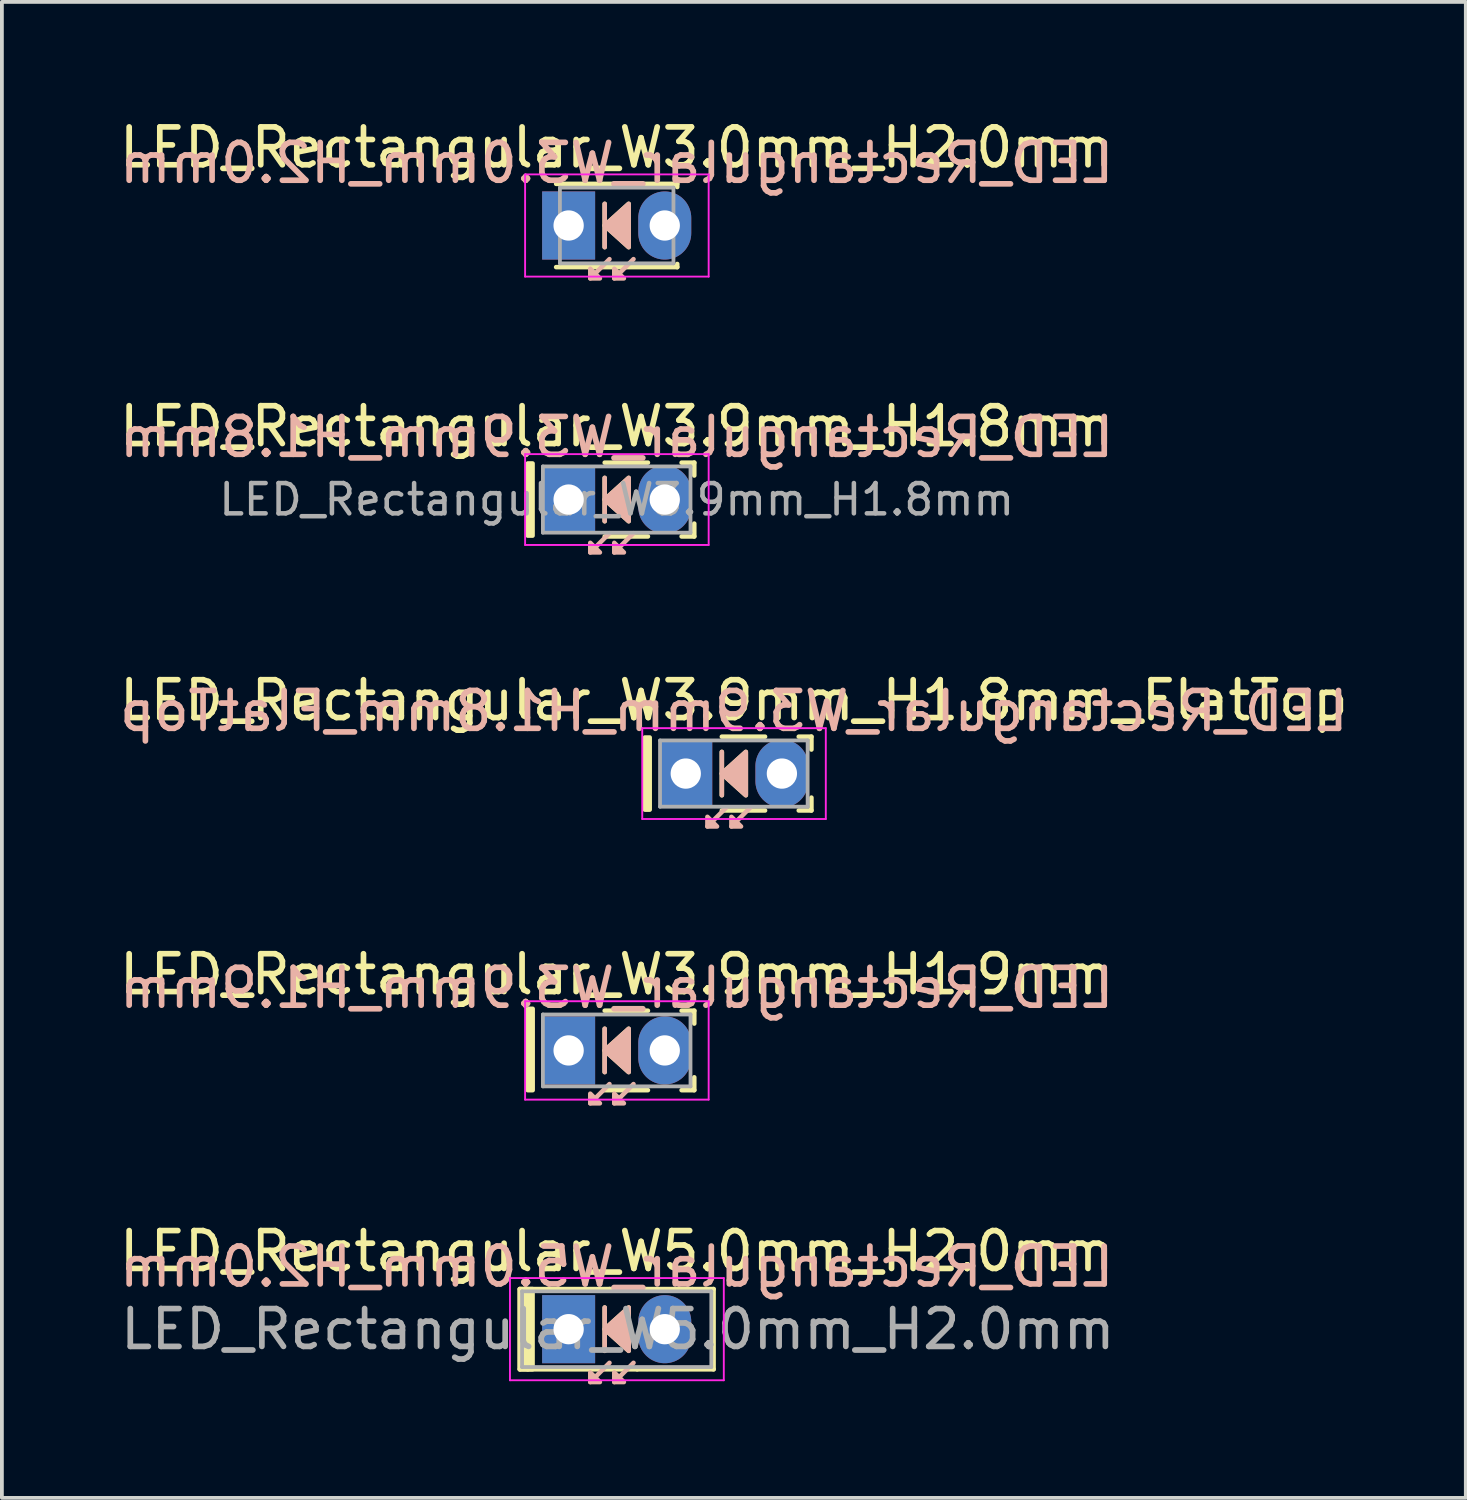
<source format=kicad_pcb>
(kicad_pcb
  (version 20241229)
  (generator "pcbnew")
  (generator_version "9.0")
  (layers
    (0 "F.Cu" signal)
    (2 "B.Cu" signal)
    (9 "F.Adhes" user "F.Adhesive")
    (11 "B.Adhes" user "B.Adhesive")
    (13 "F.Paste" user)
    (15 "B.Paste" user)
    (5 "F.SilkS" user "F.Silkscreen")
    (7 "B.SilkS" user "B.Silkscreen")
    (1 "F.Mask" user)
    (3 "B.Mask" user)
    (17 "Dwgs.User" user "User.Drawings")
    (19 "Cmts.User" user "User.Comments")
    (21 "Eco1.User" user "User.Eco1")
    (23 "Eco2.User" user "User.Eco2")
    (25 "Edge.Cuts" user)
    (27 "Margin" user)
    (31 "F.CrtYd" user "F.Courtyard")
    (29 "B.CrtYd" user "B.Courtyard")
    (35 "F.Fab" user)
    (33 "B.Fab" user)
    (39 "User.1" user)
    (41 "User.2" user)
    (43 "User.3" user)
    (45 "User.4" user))
  (footprint "LED_Rectangular_W3.9mm_H1.8mm_FlatTop"
    (layer "F.Cu")
    (at 15.069 17.389)
    (property "Reference" "LED_Rectangular_W3.9mm_H1.8mm_FlatTop" (at 1.27 -1.935 0) (layer "F.SilkS") (effects (font (size 1 1) (thickness 0.15))))
    (fp_line (start 0.953 -0.572) (end 0.953 0.572) (stroke (width 0.12) (type solid)) (layer "F.SilkS"))
    (fp_line (start 2.095 -0.975) (end 0.953 -0.975) (stroke (width 0.12) (type solid)) (layer "F.SilkS"))
    (fp_line (start 2.095 0.975) (end 0.953 0.975) (stroke (width 0.12) (type solid)) (layer "F.SilkS"))
    (fp_line (start 2.985 -0.975) (end 3.32 -0.975) (stroke (width 0.12) (type solid)) (layer "F.SilkS"))
    (fp_line (start 3.32 -0.975) (end 3.32 -0.635) (stroke (width 0.12) (type solid)) (layer "F.SilkS"))
    (fp_line (start 3.32 0.975) (end 2.985 0.975) (stroke (width 0.12) (type solid)) (layer "F.SilkS"))
    (fp_line (start 3.32 0.975) (end 3.32 0.635) (stroke (width 0.12) (type solid)) (layer "F.SilkS"))
    (fp_rect (start -1.079 -0.953) (end -0.953 0.953) (stroke (width 0.12) (type solid)) (fill yes) (layer "F.SilkS"))
    (fp_poly (pts (xy 1.587 0.572) (xy 0.953 0) (xy 1.587 -0.572)) (stroke (width 0.12) (type solid)) (fill yes) (layer "F.SilkS"))
    (fp_line (start 0.953 -0.572) (end 0.953 0.572) (stroke (width 0.12) (type solid)) (layer "B.SilkS"))
    (fp_line (start 1.079 0.889) (end 0.572 1.397) (stroke (width 0.12) (type solid)) (layer "B.SilkS"))
    (fp_line (start 1.714 0.889) (end 1.206 1.397) (stroke (width 0.12) (type solid)) (layer "B.SilkS"))
    (fp_poly (pts (xy 0.572 1.143) (xy 0.826 1.397) (xy 0.572 1.397)) (stroke (width 0.12) (type solid)) (fill yes) (layer "B.SilkS"))
    (fp_poly (pts (xy 1.206 1.143) (xy 1.46 1.397) (xy 1.206 1.397)) (stroke (width 0.12) (type solid)) (fill yes) (layer "B.SilkS"))
    (fp_poly (pts (xy 1.587 0.572) (xy 0.953 0) (xy 1.587 -0.572)) (stroke (width 0.12) (type solid)) (fill yes) (layer "B.SilkS"))
    (fp_line (start -1.15 -1.2) (end -1.15 1.2) (stroke (width 0.05) (type solid)) (layer "F.CrtYd"))
    (fp_line (start -1.15 1.2) (end 3.7 1.2) (stroke (width 0.05) (type solid)) (layer "F.CrtYd"))
    (fp_line (start 3.7 -1.2) (end -1.15 -1.2) (stroke (width 0.05) (type solid)) (layer "F.CrtYd"))
    (fp_line (start 3.7 1.2) (end 3.7 -1.2) (stroke (width 0.05) (type solid)) (layer "F.CrtYd"))
    (fp_line (start -0.68 -0.875) (end -0.68 0.875) (stroke (width 0.1) (type solid)) (layer "F.Fab"))
    (fp_line (start -0.68 0.875) (end 3.22 0.875) (stroke (width 0.1) (type solid)) (layer "F.Fab"))
    (fp_line (start 3.22 -0.875) (end -0.68 -0.875) (stroke (width 0.1) (type solid)) (layer "F.Fab"))
    (fp_line (start 3.22 0.875) (end 3.22 -0.875) (stroke (width 0.1) (type solid)) (layer "F.Fab"))
    (fp_text user "${REFERENCE}" (at 1.27 -1.651 0) (layer "B.SilkS") (effects (font (size 1 1) (thickness 0.15)) (justify mirror)))
    (pad "1" thru_hole rect (at 0 0) (size 1.4 1.8) (drill 0.8) (layers "*.Cu" "*.Mask"))
    (pad "2" thru_hole oval (at 2.54 0) (size 1.4 1.8) (drill 0.8) (layers "*.Cu" "*.Mask")))
  (footprint "LED_Rectangular_W3.0mm_H2.0mm"
    (layer "F.Cu")
    (at 11.974 2.908)
    (property "Reference" "LED_Rectangular_W3.0mm_H2.0mm" (at 1.27 -2.06 0) (layer "F.SilkS") (effects (font (size 1 1) (thickness 0.15))))
    (fp_line (start -0.33 -1.1) (end 2.87 -1.1) (stroke (width 0.12) (type solid)) (layer "F.SilkS"))
    (fp_line (start -0.33 1.1) (end 2.87 1.1) (stroke (width 0.12) (type solid)) (layer "F.SilkS"))
    (fp_line (start 0.953 -0.572) (end 0.953 0.572) (stroke (width 0.12) (type solid)) (layer "F.SilkS"))
    (fp_line (start 2.87 -1.1) (end 2.87 -1.016) (stroke (width 0.12) (type solid)) (layer "F.SilkS"))
    (fp_line (start 2.87 1.1) (end 2.87 1.016) (stroke (width 0.12) (type solid)) (layer "F.SilkS"))
    (fp_poly (pts (xy 1.587 0.572) (xy 0.953 0) (xy 1.587 -0.572)) (stroke (width 0.12) (type solid)) (fill yes) (layer "F.SilkS"))
    (fp_line (start 0.953 -0.572) (end 0.953 0.572) (stroke (width 0.12) (type solid)) (layer "B.SilkS"))
    (fp_line (start 1.079 0.889) (end 0.572 1.397) (stroke (width 0.12) (type solid)) (layer "B.SilkS"))
    (fp_line (start 1.714 0.889) (end 1.206 1.397) (stroke (width 0.12) (type solid)) (layer "B.SilkS"))
    (fp_poly (pts (xy 0.572 1.143) (xy 0.826 1.397) (xy 0.572 1.397)) (stroke (width 0.12) (type solid)) (fill yes) (layer "B.SilkS"))
    (fp_poly (pts (xy 1.206 1.143) (xy 1.46 1.397) (xy 1.206 1.397)) (stroke (width 0.12) (type solid)) (fill yes) (layer "B.SilkS"))
    (fp_poly (pts (xy 1.587 0.572) (xy 0.953 0) (xy 1.587 -0.572)) (stroke (width 0.12) (type solid)) (fill yes) (layer "B.SilkS"))
    (fp_line (start -1.15 -1.35) (end -1.15 1.35) (stroke (width 0.05) (type solid)) (layer "F.CrtYd"))
    (fp_line (start -1.15 1.35) (end 3.7 1.35) (stroke (width 0.05) (type solid)) (layer "F.CrtYd"))
    (fp_line (start 3.7 -1.35) (end -1.15 -1.35) (stroke (width 0.05) (type solid)) (layer "F.CrtYd"))
    (fp_line (start 3.7 1.35) (end 3.7 -1.35) (stroke (width 0.05) (type solid)) (layer "F.CrtYd"))
    (fp_line (start -0.23 -1) (end -0.23 1) (stroke (width 0.1) (type solid)) (layer "F.Fab"))
    (fp_line (start -0.23 1) (end 2.77 1) (stroke (width 0.1) (type solid)) (layer "F.Fab"))
    (fp_line (start 2.77 -1) (end -0.23 -1) (stroke (width 0.1) (type solid)) (layer "F.Fab"))
    (fp_line (start 2.77 1) (end 2.77 -1) (stroke (width 0.1) (type solid)) (layer "F.Fab"))
    (fp_text user "${REFERENCE}" (at 1.27 -1.651 0) (layer "B.SilkS") (effects (font (size 1 1) (thickness 0.15)) (justify mirror)))
    (pad "1" thru_hole rect (at 0 0) (size 1.4 1.8) (drill 0.8) (layers "*.Cu" "*.Mask"))
    (pad "2" thru_hole oval (at 2.54 0) (size 1.4 1.8) (drill 0.8) (layers "*.Cu" "*.Mask")))
  (footprint "LED_Rectangular_W3.9mm_H1.8mm"
    (layer "F.Cu")
    (at 11.974 10.149)
    (property "Reference" "LED_Rectangular_W3.9mm_H1.8mm" (at 1.27 -1.935 0) (layer "F.SilkS") (effects (font (size 1 1) (thickness 0.15))))
    (fp_line (start 0.953 -0.572) (end 0.953 0.572) (stroke (width 0.12) (type solid)) (layer "F.SilkS"))
    (fp_line (start 2.095 -0.975) (end 0.953 -0.975) (stroke (width 0.12) (type solid)) (layer "F.SilkS"))
    (fp_line (start 2.095 0.975) (end 0.953 0.975) (stroke (width 0.12) (type solid)) (layer "F.SilkS"))
    (fp_line (start 2.985 -0.975) (end 3.32 -0.975) (stroke (width 0.12) (type solid)) (layer "F.SilkS"))
    (fp_line (start 3.32 -0.975) (end 3.32 -0.635) (stroke (width 0.12) (type solid)) (layer "F.SilkS"))
    (fp_line (start 3.32 0.975) (end 2.985 0.975) (stroke (width 0.12) (type solid)) (layer "F.SilkS"))
    (fp_line (start 3.32 0.975) (end 3.32 0.635) (stroke (width 0.12) (type solid)) (layer "F.SilkS"))
    (fp_rect (start -1.079 -0.953) (end -0.953 0.953) (stroke (width 0.12) (type solid)) (fill yes) (layer "F.SilkS"))
    (fp_poly (pts (xy 1.587 0.572) (xy 0.953 0) (xy 1.587 -0.572)) (stroke (width 0.12) (type solid)) (fill yes) (layer "F.SilkS"))
    (fp_line (start 0.953 -0.572) (end 0.953 0.572) (stroke (width 0.12) (type solid)) (layer "B.SilkS"))
    (fp_line (start 1.079 0.889) (end 0.572 1.397) (stroke (width 0.12) (type solid)) (layer "B.SilkS"))
    (fp_line (start 1.714 0.889) (end 1.206 1.397) (stroke (width 0.12) (type solid)) (layer "B.SilkS"))
    (fp_poly (pts (xy 0.572 1.143) (xy 0.826 1.397) (xy 0.572 1.397)) (stroke (width 0.12) (type solid)) (fill yes) (layer "B.SilkS"))
    (fp_poly (pts (xy 1.206 1.143) (xy 1.46 1.397) (xy 1.206 1.397)) (stroke (width 0.12) (type solid)) (fill yes) (layer "B.SilkS"))
    (fp_poly (pts (xy 1.587 0.572) (xy 0.953 0) (xy 1.587 -0.572)) (stroke (width 0.12) (type solid)) (fill yes) (layer "B.SilkS"))
    (fp_line (start -1.15 -1.2) (end -1.15 1.2) (stroke (width 0.05) (type solid)) (layer "F.CrtYd"))
    (fp_line (start -1.15 1.2) (end 3.7 1.2) (stroke (width 0.05) (type solid)) (layer "F.CrtYd"))
    (fp_line (start 3.7 -1.2) (end -1.15 -1.2) (stroke (width 0.05) (type solid)) (layer "F.CrtYd"))
    (fp_line (start 3.7 1.2) (end 3.7 -1.2) (stroke (width 0.05) (type solid)) (layer "F.CrtYd"))
    (fp_line (start -0.68 -0.875) (end -0.68 0.875) (stroke (width 0.1) (type solid)) (layer "F.Fab"))
    (fp_line (start -0.68 0.875) (end 3.22 0.875) (stroke (width 0.1) (type solid)) (layer "F.Fab"))
    (fp_line (start 3.22 -0.875) (end -0.68 -0.875) (stroke (width 0.1) (type solid)) (layer "F.Fab"))
    (fp_line (start 3.22 0.875) (end 3.22 -0.875) (stroke (width 0.1) (type solid)) (layer "F.Fab"))
    (fp_text user "${REFERENCE}" (at 1.27 -1.651 0) (layer "B.SilkS") (effects (font (size 1 1) (thickness 0.15)) (justify mirror)))
    (fp_text user "${REFERENCE}" (at 1.27 0 0) (layer "F.Fab") (effects (font (size 0.8 0.8) (thickness 0.12))))
    (pad "1" thru_hole rect (at 0 0) (size 1.4 1.8) (drill 0.8) (layers "*.Cu" "*.Mask"))
    (pad "2" thru_hole oval (at 2.54 0) (size 1.4 1.8) (drill 0.8) (layers "*.Cu" "*.Mask")))
  (footprint "LED_Rectangular_W3.9mm_H1.9mm"
    (layer "F.Cu")
    (at 11.974 24.704)
    (property "Reference" "LED_Rectangular_W3.9mm_H1.9mm" (at 1.27 -2.01 0) (layer "F.SilkS") (effects (font (size 1 1) (thickness 0.15))))
    (fp_line (start 0.953 -0.572) (end 0.953 0.572) (stroke (width 0.12) (type solid)) (layer "F.SilkS"))
    (fp_line (start 2.095 -1.05) (end 0.953 -1.05) (stroke (width 0.12) (type solid)) (layer "F.SilkS"))
    (fp_line (start 2.095 1.05) (end 0.953 1.05) (stroke (width 0.12) (type solid)) (layer "F.SilkS"))
    (fp_line (start 2.985 -1.05) (end 3.32 -1.05) (stroke (width 0.12) (type solid)) (layer "F.SilkS"))
    (fp_line (start 3.32 -1.05) (end 3.32 -0.71) (stroke (width 0.12) (type solid)) (layer "F.SilkS"))
    (fp_line (start 3.32 1.05) (end 2.985 1.05) (stroke (width 0.12) (type solid)) (layer "F.SilkS"))
    (fp_line (start 3.32 1.05) (end 3.32 0.71) (stroke (width 0.12) (type solid)) (layer "F.SilkS"))
    (fp_rect (start -1.079 -1.1) (end -0.95 1.05) (stroke (width 0.12) (type solid)) (fill yes) (layer "F.SilkS"))
    (fp_poly (pts (xy 1.587 0.572) (xy 0.953 0) (xy 1.587 -0.572)) (stroke (width 0.12) (type solid)) (fill yes) (layer "F.SilkS"))
    (fp_line (start 0.953 -0.572) (end 0.953 0.572) (stroke (width 0.12) (type solid)) (layer "B.SilkS"))
    (fp_line (start 1.079 0.889) (end 0.572 1.397) (stroke (width 0.12) (type solid)) (layer "B.SilkS"))
    (fp_line (start 1.714 0.889) (end 1.206 1.397) (stroke (width 0.12) (type solid)) (layer "B.SilkS"))
    (fp_poly (pts (xy 0.572 1.143) (xy 0.826 1.397) (xy 0.572 1.397)) (stroke (width 0.12) (type solid)) (fill yes) (layer "B.SilkS"))
    (fp_poly (pts (xy 1.206 1.143) (xy 1.46 1.397) (xy 1.206 1.397)) (stroke (width 0.12) (type solid)) (fill yes) (layer "B.SilkS"))
    (fp_poly (pts (xy 1.587 0.572) (xy 0.953 0) (xy 1.587 -0.572)) (stroke (width 0.12) (type solid)) (fill yes) (layer "B.SilkS"))
    (fp_line (start -1.15 -1.3) (end -1.15 1.3) (stroke (width 0.05) (type solid)) (layer "F.CrtYd"))
    (fp_line (start -1.15 1.3) (end 3.7 1.3) (stroke (width 0.05) (type solid)) (layer "F.CrtYd"))
    (fp_line (start 3.7 -1.3) (end -1.15 -1.3) (stroke (width 0.05) (type solid)) (layer "F.CrtYd"))
    (fp_line (start 3.7 1.3) (end 3.7 -1.3) (stroke (width 0.05) (type solid)) (layer "F.CrtYd"))
    (fp_line (start -0.68 -0.95) (end -0.68 0.95) (stroke (width 0.1) (type solid)) (layer "F.Fab"))
    (fp_line (start -0.68 0.95) (end 3.22 0.95) (stroke (width 0.1) (type solid)) (layer "F.Fab"))
    (fp_line (start 3.22 -0.95) (end -0.68 -0.95) (stroke (width 0.1) (type solid)) (layer "F.Fab"))
    (fp_line (start 3.22 0.95) (end 3.22 -0.95) (stroke (width 0.1) (type solid)) (layer "F.Fab"))
    (fp_text user "${REFERENCE}" (at 1.27 -1.651 0) (layer "B.SilkS") (effects (font (size 1 1) (thickness 0.15)) (justify mirror)))
    (pad "1" thru_hole rect (at 0 0) (size 1.4 1.8) (drill 0.8) (layers "*.Cu" "*.Mask"))
    (pad "2" thru_hole oval (at 2.54 0) (size 1.4 1.8) (drill 0.8) (layers "*.Cu" "*.Mask")))
  (footprint "LED_Rectangular_W5.0mm_H2.0mm"
    (layer "F.Cu")
    (at 11.974 32.069)
    (property "Reference" "LED_Rectangular_W5.0mm_H2.0mm" (at 1.27 -2.06 0) (layer "F.SilkS") (effects (font (size 1 1) (thickness 0.15))))
    (fp_line (start -1.29 -1.06) (end -1.29 1.06) (stroke (width 0.12) (type solid)) (layer "F.SilkS"))
    (fp_line (start -1.29 -1.06) (end 1.08 -1.06) (stroke (width 0.12) (type solid)) (layer "F.SilkS"))
    (fp_line (start -1.29 1.06) (end -1.08 1.06) (stroke (width 0.12) (type solid)) (layer "F.SilkS"))
    (fp_line (start -1.08 1.06) (end 1.811 1.06) (stroke (width 0.12) (type solid)) (layer "F.SilkS"))
    (fp_line (start 0.953 -0.572) (end 0.953 0.572) (stroke (width 0.12) (type solid)) (layer "F.SilkS"))
    (fp_line (start 1.08 -1.06) (end 3.27 -1.06) (stroke (width 0.12) (type solid)) (layer "F.SilkS"))
    (fp_line (start 1.811 1.06) (end 3.83 1.06) (stroke (width 0.12) (type solid)) (layer "F.SilkS"))
    (fp_line (start 3.27 -1.06) (end 3.83 -1.06) (stroke (width 0.12) (type solid)) (layer "F.SilkS"))
    (fp_line (start 3.83 -1.06) (end 3.83 1.06) (stroke (width 0.12) (type solid)) (layer "F.SilkS"))
    (fp_rect (start -1.29 -1.06) (end -0.953 1.06) (stroke (width 0.12) (type solid)) (fill yes) (layer "F.SilkS"))
    (fp_poly (pts (xy 1.587 0.572) (xy 0.953 0) (xy 1.587 -0.572)) (stroke (width 0.12) (type solid)) (fill yes) (layer "F.SilkS"))
    (fp_line (start 0.953 -0.572) (end 0.953 0.572) (stroke (width 0.12) (type solid)) (layer "B.SilkS"))
    (fp_line (start 1.079 0.889) (end 0.572 1.397) (stroke (width 0.12) (type solid)) (layer "B.SilkS"))
    (fp_line (start 1.714 0.889) (end 1.206 1.397) (stroke (width 0.12) (type solid)) (layer "B.SilkS"))
    (fp_poly (pts (xy 0.572 1.143) (xy 0.826 1.397) (xy 0.572 1.397)) (stroke (width 0.12) (type solid)) (fill yes) (layer "B.SilkS"))
    (fp_poly (pts (xy 1.206 1.143) (xy 1.46 1.397) (xy 1.206 1.397)) (stroke (width 0.12) (type solid)) (fill yes) (layer "B.SilkS"))
    (fp_poly (pts (xy 1.587 0.572) (xy 0.953 0) (xy 1.587 -0.572)) (stroke (width 0.12) (type solid)) (fill yes) (layer "B.SilkS"))
    (fp_line (start -1.55 -1.35) (end -1.55 1.35) (stroke (width 0.05) (type solid)) (layer "F.CrtYd"))
    (fp_line (start -1.55 1.35) (end 4.1 1.35) (stroke (width 0.05) (type solid)) (layer "F.CrtYd"))
    (fp_line (start 4.1 -1.35) (end -1.55 -1.35) (stroke (width 0.05) (type solid)) (layer "F.CrtYd"))
    (fp_line (start 4.1 1.35) (end 4.1 -1.35) (stroke (width 0.05) (type solid)) (layer "F.CrtYd"))
    (fp_line (start -1.23 -1) (end -1.23 1) (stroke (width 0.1) (type solid)) (layer "F.Fab"))
    (fp_line (start -1.23 1) (end 3.77 1) (stroke (width 0.1) (type solid)) (layer "F.Fab"))
    (fp_line (start 3.77 -1) (end -1.23 -1) (stroke (width 0.1) (type solid)) (layer "F.Fab"))
    (fp_line (start 3.77 1) (end 3.77 -1) (stroke (width 0.1) (type solid)) (layer "F.Fab"))
    (fp_text user "${REFERENCE}" (at 1.27 -1.651 0) (layer "B.SilkS") (effects (font (size 1 1) (thickness 0.15)) (justify mirror)))
    (fp_text user "${REFERENCE}" (at 1.3 0 0) (layer "F.Fab") (effects (font (size 1 1) (thickness 0.15))))
    (pad "1" thru_hole rect (at 0 0) (size 1.4 1.8) (drill 0.8) (layers "*.Cu" "*.Mask"))
    (pad "2" thru_hole oval (at 2.54 0) (size 1.4 1.8) (drill 0.8) (layers "*.Cu" "*.Mask")))
  (gr_rect
    (start -3 -3)
    (end 35.679 36.526)
    (stroke (width 0.1) (type default))
    (fill no)
    (layer "Edge.Cuts")))
</source>
